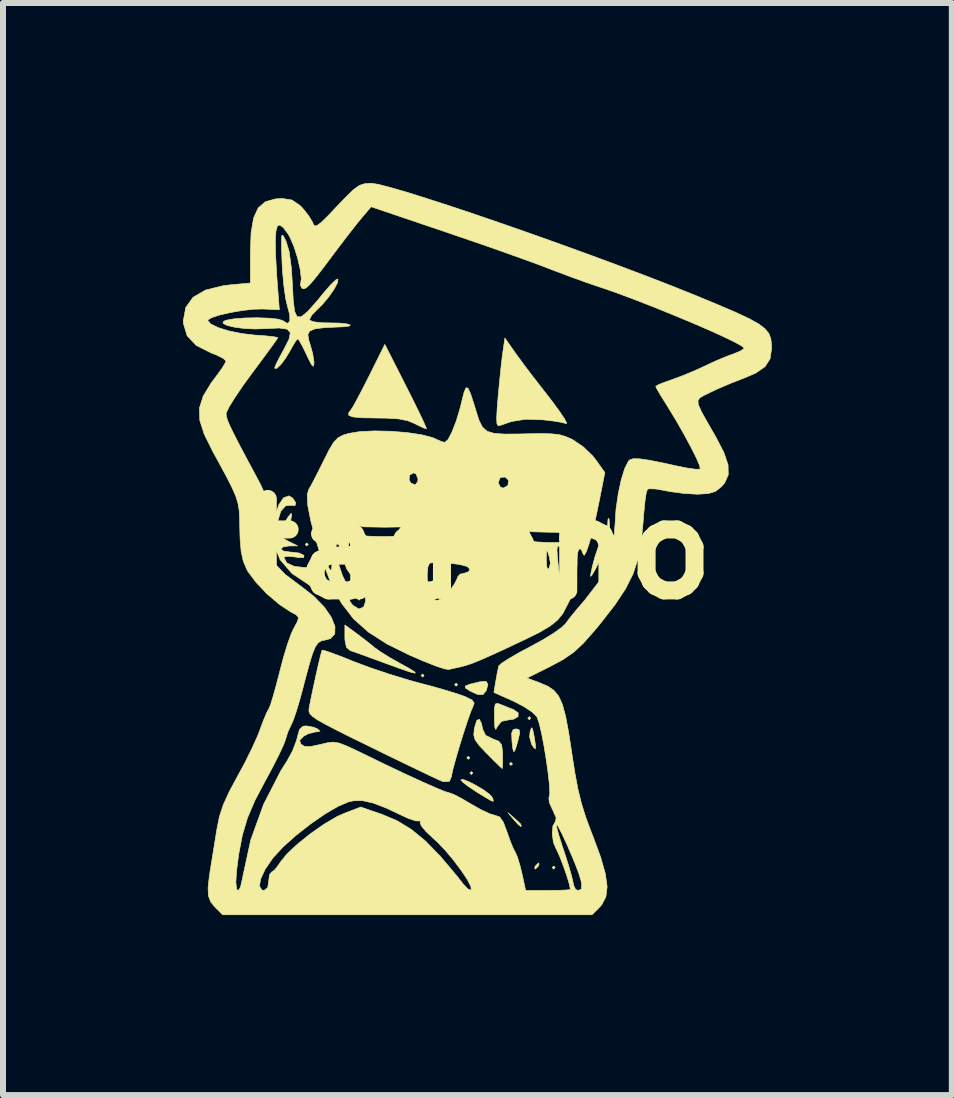
<source format=kicad_pcb>
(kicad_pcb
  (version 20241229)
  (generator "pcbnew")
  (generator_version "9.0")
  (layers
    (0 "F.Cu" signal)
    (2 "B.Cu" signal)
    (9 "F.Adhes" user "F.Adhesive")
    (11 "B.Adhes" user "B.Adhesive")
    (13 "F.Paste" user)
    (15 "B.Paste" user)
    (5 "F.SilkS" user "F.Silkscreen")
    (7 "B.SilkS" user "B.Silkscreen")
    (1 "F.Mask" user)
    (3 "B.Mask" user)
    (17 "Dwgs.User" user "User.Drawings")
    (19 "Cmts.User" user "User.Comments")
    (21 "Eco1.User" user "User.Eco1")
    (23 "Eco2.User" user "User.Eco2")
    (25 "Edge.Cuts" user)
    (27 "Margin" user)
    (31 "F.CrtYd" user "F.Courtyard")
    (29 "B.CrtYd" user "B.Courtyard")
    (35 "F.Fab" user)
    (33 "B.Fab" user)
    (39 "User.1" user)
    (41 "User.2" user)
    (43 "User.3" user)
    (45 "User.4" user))
  (footprint "tadano"
    (layer "F.Cu")
    (at 4.933 6.101)
    (property "Reference" "tadano" (at 0 0 0) (layer "F.SilkS") (effects (font (size 1.524 1.524) (thickness 0.3))))
    (attr through_hole)
    (fp_poly (pts (xy -2.845 -0.076) (xy -2.87 -0.051) (xy -2.896 -0.076) (xy -2.87 -0.102) (xy -2.845 -0.076)) (stroke (width 0.01) (type solid)) (fill yes) (layer "F.SilkS"))
    (fp_poly (pts (xy -0.914 2.108) (xy -0.94 2.134) (xy -0.965 2.108) (xy -0.94 2.083) (xy -0.914 2.108)) (stroke (width 0.01) (type solid)) (fill yes) (layer "F.SilkS"))
    (fp_poly (pts (xy -0.356 2.261) (xy -0.381 2.286) (xy -0.406 2.261) (xy -0.381 2.235) (xy -0.356 2.261)) (stroke (width 0.01) (type solid)) (fill yes) (layer "F.SilkS"))
    (fp_poly (pts (xy -0.152 3.48) (xy -0.178 3.505) (xy -0.203 3.48) (xy -0.178 3.454) (xy -0.152 3.48)) (stroke (width 0.01) (type solid)) (fill yes) (layer "F.SilkS"))
    (fp_poly (pts (xy -0.102 3.734) (xy -0.127 3.759) (xy -0.152 3.734) (xy -0.127 3.708) (xy -0.102 3.734)) (stroke (width 0.01) (type solid)) (fill yes) (layer "F.SilkS"))
    (fp_poly (pts (xy 0.559 3.581) (xy 0.533 3.607) (xy 0.508 3.581) (xy 0.533 3.556) (xy 0.559 3.581)) (stroke (width 0.01) (type solid)) (fill yes) (layer "F.SilkS"))
    (fp_poly (pts (xy 0.864 2.819) (xy 0.838 2.845) (xy 0.813 2.819) (xy 0.838 2.794) (xy 0.864 2.819)) (stroke (width 0.01) (type solid)) (fill yes) (layer "F.SilkS"))
    (fp_poly (pts (xy 1.27 5.309) (xy 1.245 5.334) (xy 1.219 5.309) (xy 1.245 5.283) (xy 1.27 5.309)) (stroke (width 0.01) (type solid)) (fill yes) (layer "F.SilkS"))
    (fp_poly (pts (xy -1.998 0.22) (xy -1.992 0.28) (xy -1.998 0.288) (xy -2.028 0.281) (xy -2.032 0.254) (xy -2.013 0.212) (xy -1.998 0.22)) (stroke (width 0.01) (type solid)) (fill yes) (layer "F.SilkS"))
    (fp_poly (pts (xy 0.597 4.491) (xy 0.693 4.581) (xy 0.707 4.62) (xy 0.694 4.623) (xy 0.652 4.589) (xy 0.579 4.508) (xy 0.483 4.394) (xy 0.597 4.491)) (stroke (width 0.01) (type solid)) (fill yes) (layer "F.SilkS"))
    (fp_poly (pts (xy 1 5.265) (xy 0.991 5.283) (xy 0.943 5.332) (xy 0.934 5.334) (xy 0.93 5.301) (xy 0.94 5.283) (xy 0.988 5.235) (xy 0.997 5.232) (xy 1 5.265)) (stroke (width 0.01) (type solid)) (fill yes) (layer "F.SilkS"))
    (fp_poly (pts (xy 2.169 -0.495) (xy 2.177 -0.366) (xy 2.169 -0.318) (xy 2.154 -0.302) (xy 2.146 -0.372) (xy 2.145 -0.406) (xy 2.151 -0.499) (xy 2.164 -0.51) (xy 2.169 -0.495)) (stroke (width 0.01) (type solid)) (fill yes) (layer "F.SilkS"))
    (fp_poly (pts (xy -0.541 0.413) (xy -0.539 0.452) (xy -0.589 0.533) (xy -0.654 0.623) (xy -0.692 0.66) (xy -0.706 0.617) (xy -0.711 0.533) (xy -0.688 0.434) (xy -0.608 0.406) (xy -0.541 0.413)) (stroke (width 0.01) (type solid)) (fill yes) (layer "F.SilkS"))
    (fp_poly (pts (xy 0.669 3.01) (xy 0.679 3.066) (xy 0.651 3.188) (xy 0.609 3.333) (xy 0.582 3.381) (xy 0.565 3.333) (xy 0.55 3.203) (xy 0.545 3.069) (xy 0.57 3.009) (xy 0.617 2.997) (xy 0.669 3.01)) (stroke (width 0.01) (type solid)) (fill yes) (layer "F.SilkS"))
    (fp_poly (pts (xy 0.893 2.996) (xy 0.916 3.104) (xy 0.92 3.124) (xy 0.942 3.272) (xy 0.941 3.33) (xy 0.913 3.308) (xy 0.878 3.255) (xy 0.844 3.133) (xy 0.852 3.041) (xy 0.875 2.979) (xy 0.893 2.996)) (stroke (width 0.01) (type solid)) (fill yes) (layer "F.SilkS"))
    (fp_poly (pts (xy 0.149 2.256) (xy 0.122 2.358) (xy 0.067 2.426) (xy -0.028 2.422) (xy -0.152 2.364) (xy -0.223 2.318) (xy -0.228 2.284) (xy -0.155 2.253) (xy 0.006 2.215) (xy 0.013 2.213) (xy 0.119 2.205) (xy 0.149 2.256)) (stroke (width 0.01) (type solid)) (fill yes) (layer "F.SilkS"))
    (fp_poly (pts (xy -3.121 -0.574) (xy -3.135 -0.494) (xy -3.14 -0.391) (xy -3.093 -0.356) (xy -3.076 -0.356) (xy -3.019 -0.332) (xy -3.023 -0.305) (xy -3.074 -0.262) (xy -3.162 -0.278) (xy -3.188 -0.288) (xy -3.246 -0.355) (xy -3.222 -0.468) (xy -3.18 -0.535) (xy -3.131 -0.596) (xy -3.121 -0.574)) (stroke (width 0.01) (type solid)) (fill yes) (layer "F.SilkS"))
    (fp_poly (pts (xy -0.175 3.875) (xy -0.052 3.938) (xy 0.073 4.012) (xy 0.173 4.085) (xy 0.221 4.138) (xy 0.239 4.187) (xy 0.235 4.205) (xy 0.191 4.188) (xy 0.091 4.128) (xy -0.037 4.05) (xy -0.176 3.958) (xy -0.273 3.883) (xy -0.303 3.847) (xy -0.267 3.84) (xy -0.175 3.875)) (stroke (width 0.01) (type solid)) (fill yes) (layer "F.SilkS"))
    (fp_poly (pts (xy 2.126 -0.19) (xy 2.134 -0.13) (xy 2.114 -0.053) (xy 2.065 0.072) (xy 2 0.216) (xy 1.934 0.348) (xy 1.882 0.437) (xy 1.861 0.457) (xy 1.864 0.413) (xy 1.889 0.296) (xy 1.929 0.142) (xy 1.985 -0.025) (xy 2.043 -0.145) (xy 2.093 -0.205) (xy 2.126 -0.19)) (stroke (width 0.01) (type solid)) (fill yes) (layer "F.SilkS"))
    (fp_poly (pts (xy 0.368 2.593) (xy 0.497 2.646) (xy 0.572 2.674) (xy 0.654 2.73) (xy 0.651 2.794) (xy 0.571 2.838) (xy 0.506 2.845) (xy 0.375 2.872) (xy 0.306 2.959) (xy 0.28 3.007) (xy 0.265 2.975) (xy 0.258 2.855) (xy 0.257 2.808) (xy 0.258 2.655) (xy 0.272 2.583) (xy 0.31 2.572) (xy 0.368 2.593)) (stroke (width 0.01) (type solid)) (fill yes) (layer "F.SilkS"))
    (fp_poly (pts (xy -2.045 1.404) (xy -1.902 1.512) (xy -1.777 1.612) (xy -1.748 1.637) (xy -1.65 1.707) (xy -1.495 1.804) (xy -1.317 1.905) (xy -1.316 1.905) (xy -1.149 1.998) (xy -1.064 2.053) (xy -1.065 2.069) (xy -1.153 2.048) (xy -1.331 1.987) (xy -1.575 1.898) (xy -1.788 1.82) (xy -1.973 1.752) (xy -2.104 1.706) (xy -2.146 1.692) (xy -2.209 1.638) (xy -2.234 1.515) (xy -2.235 1.465) (xy -2.235 1.265) (xy -2.045 1.404)) (stroke (width 0.01) (type solid)) (fill yes) (layer "F.SilkS"))
    (fp_poly (pts (xy 0.044 2.914) (xy 0.059 2.996) (xy 0.11 3.104) (xy 0.233 3.166) (xy 0.332 3.204) (xy 0.378 3.265) (xy 0.393 3.384) (xy 0.394 3.434) (xy 0.394 3.569) (xy 0.39 3.648) (xy 0.387 3.658) (xy 0.349 3.624) (xy 0.26 3.537) (xy 0.138 3.414) (xy 0.134 3.411) (xy 0.005 3.275) (xy -0.064 3.18) (xy -0.087 3.096) (xy -0.077 2.996) (xy -0.073 2.975) (xy -0.036 2.856) (xy 0.006 2.836) (xy 0.044 2.914)) (stroke (width 0.01) (type solid)) (fill yes) (layer "F.SilkS"))
    (fp_poly (pts (xy -1.215 -2.714) (xy -1.094 -2.473) (xy -0.993 -2.267) (xy -0.919 -2.111) (xy -0.88 -2.021) (xy -0.875 -2.005) (xy -0.924 -2.019) (xy -1.028 -2.068) (xy -1.066 -2.089) (xy -1.187 -2.139) (xy -1.338 -2.169) (xy -1.547 -2.182) (xy -1.714 -2.184) (xy -1.952 -2.188) (xy -2.1 -2.202) (xy -2.17 -2.228) (xy -2.171 -2.271) (xy -2.138 -2.314) (xy -2.097 -2.377) (xy -2.024 -2.51) (xy -1.927 -2.695) (xy -1.83 -2.886) (xy -1.569 -3.411) (xy -1.215 -2.714)) (stroke (width 0.01) (type solid)) (fill yes) (layer "F.SilkS"))
    (fp_poly (pts (xy 0.605 -3.27) (xy 0.726 -3.104) (xy 0.878 -2.902) (xy 1.031 -2.705) (xy 1.041 -2.692) (xy 1.21 -2.475) (xy 1.341 -2.297) (xy 1.428 -2.167) (xy 1.464 -2.097) (xy 1.448 -2.092) (xy 1.374 -2.112) (xy 1.231 -2.135) (xy 1.067 -2.154) (xy 0.786 -2.164) (xy 0.546 -2.127) (xy 0.354 -2.061) (xy 0.318 -2.057) (xy 0.299 -2.092) (xy 0.295 -2.181) (xy 0.303 -2.343) (xy 0.318 -2.526) (xy 0.341 -2.774) (xy 0.366 -3.015) (xy 0.388 -3.21) (xy 0.396 -3.27) (xy 0.432 -3.517) (xy 0.605 -3.27)) (stroke (width 0.01) (type solid)) (fill yes) (layer "F.SilkS"))
    (fp_poly (pts (xy -2.563 1.695) (xy -2.439 1.738) (xy -2.261 1.805) (xy -2.099 1.871) (xy -1.83 1.972) (xy -1.51 2.08) (xy -1.188 2.179) (xy -1.008 2.229) (xy -0.756 2.296) (xy -0.523 2.363) (xy -0.336 2.422) (xy -0.232 2.459) (xy -0.116 2.516) (xy -0.08 2.568) (xy -0.101 2.627) (xy -0.138 2.714) (xy -0.193 2.87) (xy -0.258 3.069) (xy -0.325 3.284) (xy -0.385 3.49) (xy -0.432 3.661) (xy -0.456 3.77) (xy -0.457 3.788) (xy -0.492 3.871) (xy -0.59 3.878) (xy -0.61 3.872) (xy -0.675 3.844) (xy -0.818 3.777) (xy -1.025 3.678) (xy -1.282 3.554) (xy -1.575 3.412) (xy -1.77 3.316) (xy -2.112 3.149) (xy -2.373 3.018) (xy -2.564 2.919) (xy -2.695 2.845) (xy -2.776 2.788) (xy -2.819 2.742) (xy -2.834 2.701) (xy -2.832 2.658) (xy -2.831 2.65) (xy -2.8 2.493) (xy -2.76 2.302) (xy -2.716 2.1) (xy -2.674 1.914) (xy -2.639 1.769) (xy -2.617 1.691) (xy -2.614 1.684) (xy -2.563 1.695)) (stroke (width 0.01) (type solid)) (fill yes) (layer "F.SilkS"))
    (fp_poly (pts (xy -3.107 -0.851) (xy -3.053 -0.771) (xy -3.066 -0.724) (xy -3.123 -0.729) (xy -3.222 -0.721) (xy -3.302 -0.634) (xy -3.347 -0.487) (xy -3.353 -0.409) (xy -3.34 -0.272) (xy -3.283 -0.19) (xy -3.188 -0.135) (xy -3.023 -0.053) (xy -3.162 -0.052) (xy -3.264 -0.035) (xy -3.302 0) (xy -3.257 0.034) (xy -3.148 0.05) (xy -3.127 0.051) (xy -2.999 0.066) (xy -2.92 0.104) (xy -2.917 0.109) (xy -2.922 0.143) (xy -3.01 0.141) (xy -3.066 0.132) (xy -3.185 0.12) (xy -3.248 0.133) (xy -3.251 0.14) (xy -3.205 0.23) (xy -3.081 0.288) (xy -2.936 0.305) (xy -2.813 0.309) (xy -2.747 0.32) (xy -2.743 0.324) (xy -2.725 0.379) (xy -2.681 0.491) (xy -2.666 0.527) (xy -2.621 0.643) (xy -2.602 0.707) (xy -2.604 0.711) (xy -2.653 0.69) (xy -2.761 0.636) (xy -2.82 0.605) (xy -3.116 0.407) (xy -3.315 0.177) (xy -3.42 -0.088) (xy -3.429 -0.388) (xy -3.402 -0.539) (xy -3.336 -0.737) (xy -3.256 -0.855) (xy -3.168 -0.886) (xy -3.107 -0.851)) (stroke (width 0.01) (type solid)) (fill yes) (layer "F.SilkS"))
    (fp_poly (pts (xy -3.24 -5.18) (xy -3.216 -5.131) (xy -3.163 -4.956) (xy -3.127 -4.686) (xy -3.109 -4.407) (xy -3.095 -4.136) (xy -3.072 -3.958) (xy -3.031 -3.871) (xy -2.962 -3.871) (xy -2.856 -3.958) (xy -2.704 -4.128) (xy -2.573 -4.288) (xy -2.467 -4.409) (xy -2.386 -4.486) (xy -2.351 -4.502) (xy -2.356 -4.442) (xy -2.413 -4.334) (xy -2.504 -4.203) (xy -2.611 -4.075) (xy -2.699 -3.99) (xy -2.788 -3.898) (xy -2.824 -3.826) (xy -2.821 -3.813) (xy -2.758 -3.788) (xy -2.625 -3.772) (xy -2.487 -3.769) (xy -2.319 -3.766) (xy -2.201 -3.753) (xy -2.144 -3.735) (xy -2.161 -3.717) (xy -2.263 -3.704) (xy -2.316 -3.702) (xy -2.567 -3.691) (xy -2.731 -3.671) (xy -2.821 -3.634) (xy -2.852 -3.574) (xy -2.837 -3.481) (xy -2.817 -3.42) (xy -2.772 -3.26) (xy -2.75 -3.118) (xy -2.75 -3.099) (xy -2.759 -3.046) (xy -2.79 -3.072) (xy -2.847 -3.182) (xy -2.873 -3.239) (xy -2.943 -3.382) (xy -2.998 -3.479) (xy -3.021 -3.505) (xy -3.057 -3.464) (xy -3.118 -3.362) (xy -3.145 -3.311) (xy -3.22 -3.185) (xy -3.299 -3.079) (xy -3.366 -3.015) (xy -3.402 -3.011) (xy -3.404 -3.023) (xy -3.38 -3.084) (xy -3.319 -3.204) (xy -3.253 -3.325) (xy -3.166 -3.496) (xy -3.144 -3.606) (xy -3.196 -3.665) (xy -3.332 -3.684) (xy -3.55 -3.674) (xy -3.734 -3.668) (xy -3.916 -3.677) (xy -4.077 -3.698) (xy -4.199 -3.728) (xy -4.266 -3.761) (xy -4.258 -3.795) (xy -4.216 -3.813) (xy -4.082 -3.837) (xy -3.899 -3.851) (xy -3.696 -3.855) (xy -3.504 -3.848) (xy -3.351 -3.832) (xy -3.268 -3.807) (xy -3.266 -3.804) (xy -3.191 -3.76) (xy -3.152 -3.798) (xy -3.154 -3.904) (xy -3.186 -4.025) (xy -3.221 -4.17) (xy -3.251 -4.382) (xy -3.274 -4.628) (xy -3.282 -4.775) (xy -3.29 -5.011) (xy -3.292 -5.158) (xy -3.286 -5.226) (xy -3.269 -5.23) (xy -3.24 -5.18)) (stroke (width 0.01) (type solid)) (fill yes) (layer "F.SilkS"))
    (fp_poly (pts (xy -0.183 -2.681) (xy -0.14 -2.588) (xy -0.08 -2.404) (xy -0.051 -2.308) (xy 0.001 -2.145) (xy 0.057 -2.033) (xy 0.134 -1.964) (xy 0.252 -1.928) (xy 0.429 -1.916) (xy 0.685 -1.918) (xy 0.752 -1.92) (xy 1.014 -1.925) (xy 1.201 -1.921) (xy 1.335 -1.907) (xy 1.441 -1.877) (xy 1.546 -1.831) (xy 1.57 -1.818) (xy 1.74 -1.702) (xy 1.9 -1.547) (xy 1.946 -1.488) (xy 2.098 -1.275) (xy 2.01 -0.828) (xy 1.951 -0.543) (xy 1.892 -0.294) (xy 1.837 -0.094) (xy 1.79 0.043) (xy 1.756 0.104) (xy 1.739 0.089) (xy 1.704 0.002) (xy 1.667 0.001) (xy 1.64 0.069) (xy 1.634 0.193) (xy 1.636 0.216) (xy 1.622 0.504) (xy 1.535 0.809) (xy 1.396 1.078) (xy 1.308 1.185) (xy 1.183 1.285) (xy 1.001 1.392) (xy 0.8 1.491) (xy 0.471 1.647) (xy 0.218 1.763) (xy 0.029 1.847) (xy -0.112 1.904) (xy -0.218 1.94) (xy -0.286 1.958) (xy -0.42 1.988) (xy -0.508 2.008) (xy -0.582 1.995) (xy -0.727 1.946) (xy -0.922 1.869) (xy -1.147 1.772) (xy -1.155 1.769) (xy -1.535 1.581) (xy -1.841 1.385) (xy -2.089 1.165) (xy -2.29 0.904) (xy -2.314 0.861) (xy -2.158 0.861) (xy -2.106 0.935) (xy -2.001 0.999) (xy -1.924 0.968) (xy -1.889 0.872) (xy -1.897 0.786) (xy -1.927 0.762) (xy -1.978 0.802) (xy -1.982 0.826) (xy -1.999 0.852) (xy -2.031 0.813) (xy -2.088 0.767) (xy -2.135 0.794) (xy -2.158 0.861) (xy -2.314 0.861) (xy -2.46 0.586) (xy -2.611 0.194) (xy -2.658 0.044) (xy -2.561 0.044) (xy -2.545 0.166) (xy -2.509 0.299) (xy -2.478 0.356) (xy -2.456 0.333) (xy -2.45 0.254) (xy -2.463 0.156) (xy -2.499 0.048) (xy -2.538 0.00012) (xy -2.539 0) (xy -2.561 0.044) (xy -2.658 0.044) (xy -2.676 -0.016) (xy -2.387 -0.016) (xy -2.37 0.117) (xy -2.329 0.284) (xy -2.276 0.441) (xy -2.225 0.545) (xy -2.222 0.549) (xy -2.125 0.606) (xy -2.023 0.581) (xy -1.946 0.486) (xy -1.93 0.432) (xy -1.93 0.431) (xy -0.863 0.431) (xy -0.858 0.582) (xy -0.838 0.718) (xy -0.804 0.801) (xy -0.803 0.803) (xy -0.71 0.858) (xy -0.613 0.829) (xy -0.498 0.71) (xy -0.485 0.694) (xy -0.404 0.574) (xy -0.359 0.483) (xy -0.356 0.465) (xy -0.313 0.417) (xy -0.254 0.406) (xy -0.172 0.378) (xy -0.152 0.337) (xy -0.194 0.291) (xy -0.325 0.257) (xy -0.468 0.239) (xy -0.64 0.228) (xy -0.77 0.227) (xy -0.824 0.235) (xy -0.852 0.302) (xy -0.863 0.431) (xy -1.93 0.431) (xy -1.922 0.285) (xy -1.933 0.175) (xy 1.122 0.175) (xy 1.129 0.302) (xy 1.157 0.334) (xy 1.167 0.326) (xy 1.191 0.237) (xy 1.171 0.126) (xy 1.142 0.034) (xy 1.129 0.027) (xy 1.123 0.111) (xy 1.122 0.175) (xy -1.933 0.175) (xy -1.94 0.105) (xy -1.95 0.051) (xy -1.96 0.008) (xy 1.3 0.008) (xy 1.309 0.153) (xy 1.317 0.229) (xy 1.345 0.483) (xy 1.361 0.242) (xy 1.473 0.242) (xy 1.479 0.374) (xy 1.499 0.462) (xy 1.507 0.474) (xy 1.544 0.501) (xy 1.564 0.478) (xy 1.573 0.386) (xy 1.575 0.229) (xy 1.566 0.076) (xy 1.545 -0.026) (xy 1.524 -0.051) (xy 1.497 -0.006) (xy 1.48 0.103) (xy 1.473 0.242) (xy 1.361 0.242) (xy 1.361 0.236) (xy 1.366 0.087) (xy 1.358 -0.016) (xy 1.349 -0.039) (xy 1.313 -0.053) (xy 1.3 0.008) (xy -1.96 0.008) (xy -2 -0.178) (xy -2.035 0) (xy -2.058 0.105) (xy -2.07 0.116) (xy -2.076 0.041) (xy -2.101 -0.073) (xy -2.141 -0.132) (xy -2.169 -0.111) (xy -2.177 -0.02) (xy -2.167 0.113) (xy -2.142 0.258) (xy -2.104 0.381) (xy -2.083 0.45) (xy -2.118 0.438) (xy -2.146 0.416) (xy -2.207 0.325) (xy -2.254 0.183) (xy -2.261 0.15) (xy -2.294 0.019) (xy -2.334 -0.066) (xy -2.369 -0.09) (xy -2.387 -0.036) (xy -2.387 -0.016) (xy -2.676 -0.016) (xy -2.711 -0.127) (xy -2.8 -0.46) (xy -2.456 -0.46) (xy -2.451 -0.409) (xy -2.364 -0.344) (xy -2.214 -0.277) (xy -2.137 -0.251) (xy -2.01 -0.229) (xy -1.827 -0.214) (xy -1.623 -0.208) (xy -1.432 -0.211) (xy -1.29 -0.224) (xy -1.249 -0.234) (xy -1.179 -0.291) (xy -1.168 -0.323) (xy -1.209 -0.354) (xy -1.336 -0.368) (xy -1.557 -0.364) (xy -1.562 -0.364) (xy -1.91 -0.37) (xy -1.986 -0.385) (xy 0.305 -0.385) (xy 0.35 -0.328) (xy 0.468 -0.26) (xy 0.634 -0.193) (xy 0.82 -0.139) (xy 0.838 -0.135) (xy 0.971 -0.118) (xy 1.15 -0.109) (xy 1.339 -0.109) (xy 1.5 -0.117) (xy 1.596 -0.132) (xy 1.666 -0.189) (xy 1.676 -0.221) (xy 1.631 -0.252) (xy 1.493 -0.271) (xy 1.259 -0.28) (xy 1.181 -0.28) (xy 0.906 -0.287) (xy 0.708 -0.308) (xy 0.564 -0.346) (xy 0.513 -0.369) (xy 0.386 -0.432) (xy 0.325 -0.451) (xy 0.306 -0.427) (xy 0.305 -0.385) (xy -1.986 -0.385) (xy -2.176 -0.423) (xy -2.184 -0.426) (xy -2.331 -0.465) (xy -2.434 -0.47) (xy -2.456 -0.46) (xy -2.8 -0.46) (xy -2.804 -0.473) (xy -2.854 -0.731) (xy -2.863 -0.906) (xy -2.836 -0.996) (xy -2.795 -1.065) (xy -2.75 -1.152) (xy -1.165 -1.152) (xy -1.135 -1.101) (xy -1.062 -1.068) (xy -1.037 -1.103) (xy 0.321 -1.103) (xy 0.358 -1.032) (xy 0.406 -1.016) (xy 0.472 -1.053) (xy 0.485 -1.071) (xy 0.491 -1.149) (xy 0.438 -1.201) (xy 0.364 -1.194) (xy 0.35 -1.183) (xy 0.321 -1.103) (xy -1.037 -1.103) (xy -1.02 -1.125) (xy -1.016 -1.168) (xy -1.048 -1.251) (xy -1.092 -1.27) (xy -1.156 -1.232) (xy -1.165 -1.152) (xy -2.75 -1.152) (xy -2.724 -1.201) (xy -2.634 -1.38) (xy -2.595 -1.458) (xy -2.497 -1.654) (xy -2.422 -1.778) (xy -2.352 -1.852) (xy -2.269 -1.897) (xy -2.172 -1.927) (xy -1.987 -1.957) (xy -1.742 -1.969) (xy -1.469 -1.963) (xy -1.197 -1.941) (xy -0.955 -1.905) (xy -0.774 -1.858) (xy -0.727 -1.837) (xy -0.624 -1.791) (xy -0.57 -1.778) (xy -0.516 -1.824) (xy -0.45 -1.95) (xy -0.379 -2.133) (xy -0.312 -2.355) (xy -0.286 -2.464) (xy -0.248 -2.614) (xy -0.216 -2.688) (xy -0.183 -2.681)) (stroke (width 0.01) (type solid)) (fill yes) (layer "F.SilkS"))
    (fp_poly (pts (xy -1.68 -6.079) (xy -1.483 -6.028) (xy -1.211 -5.95) (xy -0.877 -5.845) (xy -0.49 -5.72) (xy -0.06 -5.576) (xy 0.401 -5.418) (xy 0.884 -5.249) (xy 1.377 -5.073) (xy 1.87 -4.894) (xy 2.353 -4.715) (xy 2.815 -4.54) (xy 3.245 -4.373) (xy 3.611 -4.226) (xy 3.99 -4.069) (xy 4.284 -3.943) (xy 4.505 -3.839) (xy 4.664 -3.751) (xy 4.769 -3.67) (xy 4.833 -3.59) (xy 4.865 -3.504) (xy 4.876 -3.403) (xy 4.877 -3.342) (xy 4.852 -3.171) (xy 4.767 -3.039) (xy 4.608 -2.93) (xy 4.409 -2.846) (xy 4.195 -2.763) (xy 3.976 -2.669) (xy 3.847 -2.608) (xy 3.746 -2.559) (xy 3.679 -2.519) (xy 3.649 -2.472) (xy 3.658 -2.402) (xy 3.707 -2.291) (xy 3.8 -2.125) (xy 3.938 -1.885) (xy 3.944 -1.875) (xy 4.082 -1.609) (xy 4.152 -1.401) (xy 4.155 -1.237) (xy 4.094 -1.101) (xy 4.041 -1.039) (xy 3.943 -0.962) (xy 3.824 -0.925) (xy 3.645 -0.914) (xy 3.638 -0.914) (xy 3.417 -0.927) (xy 3.185 -0.957) (xy 3.103 -0.974) (xy 2.95 -1.001) (xy 2.839 -1.005) (xy 2.807 -0.995) (xy 2.787 -0.931) (xy 2.766 -0.789) (xy 2.747 -0.594) (xy 2.737 -0.466) (xy 2.707 -0.132) (xy 2.654 0.153) (xy 2.57 0.409) (xy 2.445 0.66) (xy 2.269 0.926) (xy 2.032 1.231) (xy 1.915 1.372) (xy 1.735 1.575) (xy 1.576 1.722) (xy 1.404 1.84) (xy 1.198 1.951) (xy 0.8 2.15) (xy 1.017 2.231) (xy 1.149 2.288) (xy 1.251 2.357) (xy 1.329 2.454) (xy 1.392 2.593) (xy 1.445 2.79) (xy 1.495 3.06) (xy 1.544 3.38) (xy 1.598 3.727) (xy 1.65 4.003) (xy 1.708 4.241) (xy 1.78 4.471) (xy 1.874 4.723) (xy 1.898 4.783) (xy 2.028 5.136) (xy 2.107 5.414) (xy 2.136 5.63) (xy 2.115 5.798) (xy 2.046 5.929) (xy 2.009 5.971) (xy 1.884 6.096) (xy -4.272 6.096) (xy -4.397 5.971) (xy -4.47 5.882) (xy -4.509 5.781) (xy -4.515 5.644) (xy -4.493 5.444) (xy -4.475 5.331) (xy -4.443 5.134) (xy -4.404 4.892) (xy -4.369 4.674) (xy -4.326 4.459) (xy -4.26 4.259) (xy -4.16 4.041) (xy -4.033 3.804) (xy -3.905 3.568) (xy -3.785 3.326) (xy -3.69 3.116) (xy -3.652 3.017) (xy -3.59 2.851) (xy -3.535 2.722) (xy -3.504 2.666) (xy -3.475 2.598) (xy -3.43 2.453) (xy -3.375 2.254) (xy -3.324 2.056) (xy -3.26 1.812) (xy -3.192 1.588) (xy -3.13 1.414) (xy -3.092 1.331) (xy -3.024 1.207) (xy -3.008 1.139) (xy -3.05 1.094) (xy -3.137 1.048) (xy -3.325 0.924) (xy -3.528 0.751) (xy -3.712 0.559) (xy -3.848 0.378) (xy -3.871 0.337) (xy -3.929 0.198) (xy -3.964 0.037) (xy -3.982 -0.178) (xy -3.986 -0.333) (xy -3.989 -0.504) (xy -3.996 -0.639) (xy -4.015 -0.757) (xy -4.052 -0.878) (xy -4.113 -1.019) (xy -4.205 -1.201) (xy -4.335 -1.441) (xy -4.436 -1.626) (xy -4.578 -1.912) (xy -4.653 -2.145) (xy -4.659 -2.35) (xy -4.595 -2.552) (xy -4.459 -2.774) (xy -4.362 -2.903) (xy -4.275 -3.023) (xy -4.223 -3.112) (xy -4.216 -3.134) (xy -4.26 -3.176) (xy -4.372 -3.233) (xy -4.471 -3.272) (xy -4.714 -3.395) (xy -4.865 -3.557) (xy -4.926 -3.761) (xy -4.928 -3.806) (xy -4.926 -3.812) (xy -4.521 -3.812) (xy -4.474 -3.753) (xy -4.35 -3.692) (xy -4.17 -3.636) (xy -3.959 -3.592) (xy -3.747 -3.567) (xy -3.561 -3.554) (xy -3.423 -3.539) (xy -3.356 -3.526) (xy -3.353 -3.523) (xy -3.382 -3.477) (xy -3.461 -3.366) (xy -3.58 -3.204) (xy -3.727 -3.006) (xy -3.785 -2.928) (xy -3.941 -2.714) (xy -4.071 -2.521) (xy -4.165 -2.368) (xy -4.212 -2.272) (xy -4.215 -2.256) (xy -4.209 -2.208) (xy -4.19 -2.143) (xy -4.15 -2.05) (xy -4.084 -1.915) (xy -3.986 -1.724) (xy -3.849 -1.466) (xy -3.746 -1.275) (xy -3.64 -1.074) (xy -3.574 -0.93) (xy -3.541 -0.808) (xy -3.531 -0.676) (xy -3.536 -0.5) (xy -3.539 -0.437) (xy -3.54 -0.158) (xy -3.497 0.062) (xy -3.4 0.247) (xy -3.234 0.42) (xy -2.988 0.605) (xy -2.972 0.616) (xy -2.753 0.787) (xy -2.58 0.965) (xy -2.461 1.137) (xy -2.4 1.291) (xy -2.403 1.414) (xy -2.476 1.493) (xy -2.555 1.515) (xy -2.624 1.528) (xy -2.678 1.561) (xy -2.726 1.627) (xy -2.774 1.742) (xy -2.828 1.92) (xy -2.897 2.175) (xy -2.932 2.311) (xy -2.993 2.536) (xy -3.053 2.732) (xy -3.103 2.872) (xy -3.126 2.921) (xy -3.185 3.048) (xy -3.223 3.171) (xy -3.261 3.273) (xy -3.339 3.439) (xy -3.445 3.647) (xy -3.565 3.869) (xy -3.735 4.192) (xy -3.857 4.478) (xy -3.943 4.765) (xy -4.005 5.09) (xy -4.041 5.372) (xy -4.052 5.558) (xy -4.039 5.668) (xy -4.01 5.694) (xy -3.974 5.632) (xy -3.971 5.619) (xy -3.659 5.619) (xy -3.618 5.683) (xy -3.581 5.69) (xy -3.521 5.644) (xy -3.505 5.537) (xy -3.491 5.43) (xy -3.458 5.385) (xy -3.457 5.385) (xy -3.402 5.345) (xy -3.329 5.248) (xy -3.318 5.229) (xy -3.205 5.087) (xy -3.027 4.92) (xy -2.811 4.746) (xy -2.582 4.586) (xy -2.366 4.459) (xy -2.25 4.407) (xy -1.971 4.3) (xy -1.614 4.423) (xy -1.363 4.529) (xy -1.127 4.673) (xy -0.892 4.866) (xy -0.643 5.122) (xy -0.366 5.451) (xy -0.259 5.588) (xy -0.183 5.667) (xy -0.131 5.685) (xy -0.129 5.683) (xy -0.135 5.623) (xy -0.195 5.507) (xy -0.296 5.356) (xy -0.422 5.188) (xy -0.56 5.023) (xy -0.696 4.881) (xy -0.76 4.823) (xy -0.885 4.706) (xy -0.964 4.608) (xy -0.981 4.552) (xy -0.974 4.522) (xy -0.989 4.532) (xy -1.053 4.531) (xy -1.174 4.491) (xy -1.263 4.45) (xy -1.547 4.316) (xy -1.765 4.233) (xy -1.938 4.194) (xy -2.086 4.195) (xy -2.168 4.212) (xy -2.343 4.285) (xy -2.564 4.414) (xy -2.807 4.582) (xy -3.048 4.771) (xy -3.263 4.963) (xy -3.428 5.141) (xy -3.436 5.151) (xy -3.564 5.338) (xy -3.639 5.499) (xy -3.659 5.619) (xy -3.971 5.619) (xy -3.938 5.475) (xy -3.934 5.448) (xy -3.804 4.85) (xy -3.589 4.254) (xy -3.302 3.695) (xy -3.198 3.531) (xy -3.106 3.362) (xy -3.039 3.186) (xy -3.028 3.137) (xy -2.991 3.007) (xy -2.934 2.954) (xy -2.881 2.947) (xy -2.754 2.97) (xy -2.692 2.997) (xy -2.65 3.035) (xy -2.7 3.047) (xy -2.721 3.047) (xy -2.846 3.078) (xy -2.924 3.121) (xy -2.989 3.188) (xy -2.969 3.248) (xy -2.96 3.257) (xy -2.9 3.292) (xy -2.803 3.291) (xy -2.64 3.256) (xy -2.523 3.228) (xy -2.429 3.218) (xy -2.334 3.233) (xy -2.212 3.279) (xy -2.038 3.36) (xy -1.916 3.419) (xy -1.55 3.597) (xy -1.221 3.753) (xy -0.94 3.882) (xy -0.717 3.98) (xy -0.564 4.043) (xy -0.491 4.064) (xy -0.422 4.089) (xy -0.294 4.155) (xy -0.136 4.248) (xy -0.134 4.249) (xy 0.033 4.344) (xy 0.181 4.413) (xy 0.273 4.44) (xy 0.346 4.466) (xy 0.406 4.552) (xy 0.468 4.717) (xy 0.525 4.878) (xy 0.577 5.002) (xy 0.602 5.047) (xy 0.638 5.126) (xy 0.682 5.269) (xy 0.714 5.397) (xy 0.778 5.69) (xy 1.151 5.69) (xy 1.331 5.688) (xy 1.463 5.682) (xy 1.523 5.675) (xy 1.524 5.673) (xy 1.507 5.588) (xy 1.463 5.443) (xy 1.405 5.277) (xy 1.346 5.124) (xy 1.299 5.02) (xy 1.29 5.006) (xy 1.241 4.889) (xy 1.221 4.745) (xy 1.232 4.615) (xy 1.248 4.588) (xy 1.288 4.588) (xy 1.296 4.64) (xy 1.33 4.767) (xy 1.386 4.945) (xy 1.423 5.055) (xy 1.49 5.263) (xy 1.542 5.443) (xy 1.571 5.566) (xy 1.575 5.598) (xy 1.611 5.674) (xy 1.655 5.69) (xy 1.707 5.669) (xy 1.712 5.591) (xy 1.7 5.524) (xy 1.668 5.418) (xy 1.61 5.263) (xy 1.536 5.085) (xy 1.458 4.905) (xy 1.384 4.747) (xy 1.325 4.633) (xy 1.291 4.587) (xy 1.288 4.588) (xy 1.248 4.588) (xy 1.272 4.545) (xy 1.287 4.48) (xy 1.231 4.351) (xy 1.226 4.344) (xy 1.172 4.224) (xy 1.165 4.142) (xy 1.171 4.132) (xy 1.181 4.067) (xy 1.174 3.925) (xy 1.152 3.731) (xy 1.121 3.509) (xy 1.084 3.281) (xy 1.043 3.07) (xy 1.003 2.902) (xy 0.967 2.798) (xy 0.966 2.796) (xy 0.891 2.72) (xy 0.752 2.627) (xy 0.578 2.537) (xy 0.578 2.537) (xy 0.249 2.39) (xy 0.281 2.198) (xy 0.306 2.057) (xy 0.328 1.957) (xy 0.331 1.947) (xy 0.381 1.901) (xy 0.504 1.822) (xy 0.679 1.721) (xy 0.856 1.627) (xy 1.07 1.51) (xy 1.255 1.396) (xy 1.389 1.298) (xy 1.444 1.243) (xy 1.519 1.142) (xy 1.637 0.998) (xy 1.76 0.855) (xy 2.002 0.542) (xy 2.159 0.232) (xy 2.244 -0.105) (xy 2.268 -0.413) (xy 2.284 -0.664) (xy 2.321 -0.919) (xy 2.371 -1.154) (xy 2.43 -1.344) (xy 2.492 -1.466) (xy 2.513 -1.487) (xy 2.571 -1.506) (xy 2.678 -1.504) (xy 2.847 -1.479) (xy 3.092 -1.43) (xy 3.289 -1.386) (xy 3.47 -1.35) (xy 3.611 -1.33) (xy 3.684 -1.332) (xy 3.688 -1.334) (xy 3.678 -1.39) (xy 3.625 -1.515) (xy 3.536 -1.692) (xy 3.422 -1.904) (xy 3.292 -2.133) (xy 3.153 -2.361) (xy 3.115 -2.423) (xy 3.026 -2.565) (xy 2.965 -2.67) (xy 2.946 -2.711) (xy 2.99 -2.739) (xy 3.104 -2.784) (xy 3.213 -2.822) (xy 3.417 -2.898) (xy 3.644 -2.994) (xy 3.759 -3.048) (xy 3.948 -3.136) (xy 4.133 -3.213) (xy 4.229 -3.248) (xy 4.35 -3.296) (xy 4.416 -3.34) (xy 4.42 -3.349) (xy 4.374 -3.388) (xy 4.249 -3.456) (xy 4.057 -3.549) (xy 3.813 -3.659) (xy 3.531 -3.78) (xy 3.226 -3.907) (xy 2.913 -4.034) (xy 2.605 -4.154) (xy 2.317 -4.262) (xy 2.063 -4.351) (xy 2.007 -4.369) (xy 1.795 -4.441) (xy 1.533 -4.536) (xy 1.267 -4.636) (xy 1.168 -4.674) (xy 0.982 -4.745) (xy 0.72 -4.84) (xy 0.402 -4.954) (xy 0.048 -5.078) (xy -0.322 -5.205) (xy -0.556 -5.285) (xy -1.797 -5.705) (xy -1.945 -5.532) (xy -2.039 -5.417) (xy -2.173 -5.246) (xy -2.324 -5.048) (xy -2.415 -4.928) (xy -2.594 -4.688) (xy -2.725 -4.52) (xy -2.816 -4.412) (xy -2.877 -4.355) (xy -2.919 -4.337) (xy -2.949 -4.345) (xy -2.979 -4.401) (xy -2.974 -4.416) (xy -2.961 -4.508) (xy -2.98 -4.663) (xy -3.023 -4.85) (xy -3.082 -5.038) (xy -3.15 -5.197) (xy -3.18 -5.249) (xy -3.257 -5.354) (xy -3.317 -5.401) (xy -3.359 -5.386) (xy -3.384 -5.3) (xy -3.394 -5.138) (xy -3.389 -4.894) (xy -3.371 -4.562) (xy -3.339 -4.14) (xy -3.327 -3.988) (xy -3.607 -4.001) (xy -3.763 -3.997) (xy -3.952 -3.975) (xy -4.148 -3.941) (xy -4.325 -3.9) (xy -4.457 -3.857) (xy -4.52 -3.818) (xy -4.521 -3.812) (xy -4.926 -3.812) (xy -4.887 -4.026) (xy -4.765 -4.196) (xy -4.558 -4.316) (xy -4.263 -4.389) (xy -4.139 -4.404) (xy -3.81 -4.434) (xy -3.81 -4.937) (xy -3.798 -5.272) (xy -3.756 -5.518) (xy -3.679 -5.686) (xy -3.559 -5.789) (xy -3.391 -5.836) (xy -3.275 -5.842) (xy -3.116 -5.817) (xy -2.983 -5.726) (xy -2.944 -5.687) (xy -2.843 -5.562) (xy -2.774 -5.448) (xy -2.766 -5.427) (xy -2.744 -5.387) (xy -2.705 -5.388) (xy -2.636 -5.438) (xy -2.525 -5.545) (xy -2.37 -5.709) (xy -2.203 -5.883) (xy -2.085 -5.996) (xy -1.994 -6.06) (xy -1.911 -6.088) (xy -1.815 -6.096) (xy -1.793 -6.096) (xy -1.68 -6.079)) (stroke (width 0.01) (type solid)) (fill yes) (layer "F.SilkS")))
  (gr_rect
    (start -3 -3)
    (end 12.814 15.202)
    (stroke (width 0.1) (type default))
    (fill no)
    (layer "Edge.Cuts")))
</source>
